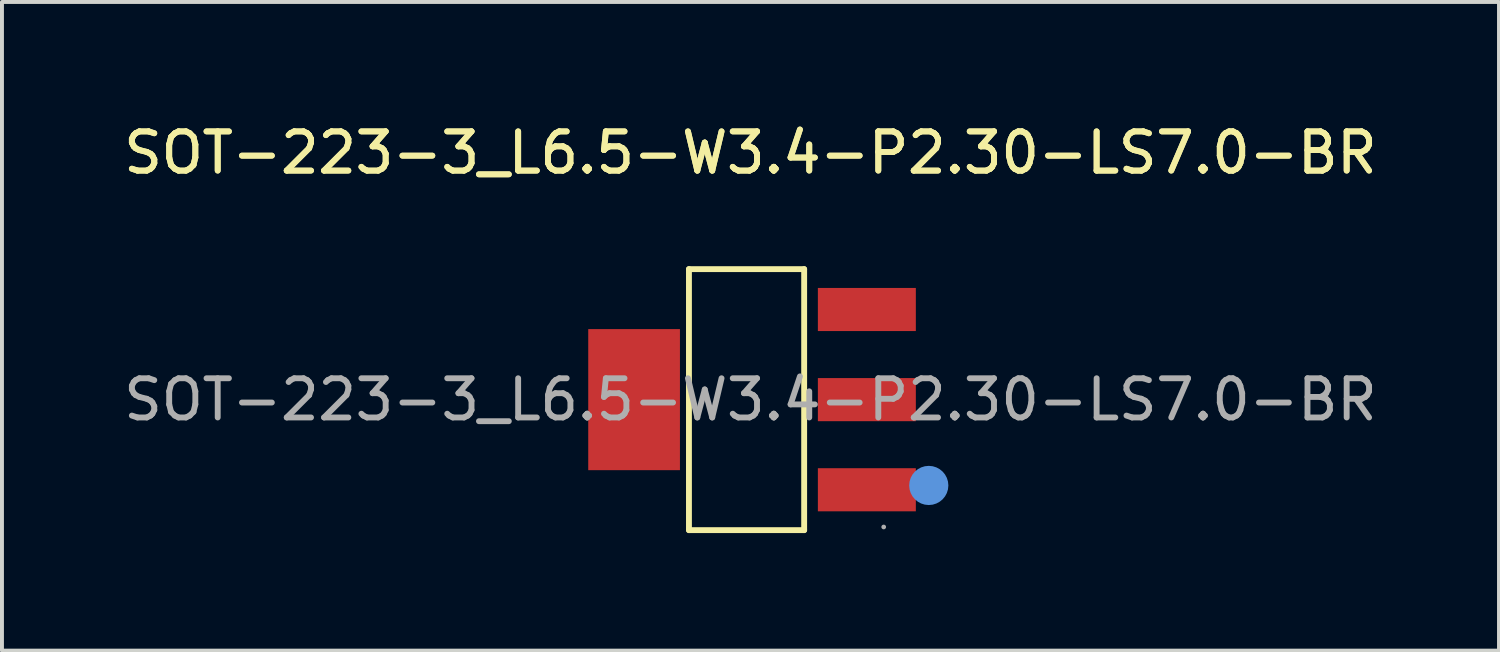
<source format=kicad_pcb>
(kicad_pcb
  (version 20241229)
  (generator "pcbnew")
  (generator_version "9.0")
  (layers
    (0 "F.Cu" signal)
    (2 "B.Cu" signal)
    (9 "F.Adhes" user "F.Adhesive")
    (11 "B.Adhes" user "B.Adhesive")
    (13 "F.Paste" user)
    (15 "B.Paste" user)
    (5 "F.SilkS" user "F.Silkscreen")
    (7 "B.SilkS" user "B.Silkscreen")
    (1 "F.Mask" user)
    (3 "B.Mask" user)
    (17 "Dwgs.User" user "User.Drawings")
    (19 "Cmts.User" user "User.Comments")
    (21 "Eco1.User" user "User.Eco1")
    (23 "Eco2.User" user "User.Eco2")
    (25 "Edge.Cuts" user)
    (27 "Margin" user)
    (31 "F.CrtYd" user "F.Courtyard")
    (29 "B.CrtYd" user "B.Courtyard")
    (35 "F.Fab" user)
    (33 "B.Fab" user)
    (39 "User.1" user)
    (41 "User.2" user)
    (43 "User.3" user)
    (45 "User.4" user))
  (footprint "SOT-223-3_L6.5-W3.4-P2.30-LS7.0-BR"
    (layer "F.Cu")
    (at 16.101 7.148)
    (property "Reference" "SOT-223-3_L6.5-W3.4-P2.30-LS7.0-BR" (at 0 -6.3 0) (layer "F.SilkS") (effects (font (size 1 1) (thickness 0.15))))
    (attr smd)
    (fp_line (start -1.57 -3.33) (end 1.37 -3.33) (stroke (width 0.15) (type solid)) (layer "F.SilkS"))
    (fp_line (start -1.57 3.33) (end -1.57 -3.33) (stroke (width 0.15) (type solid)) (layer "F.SilkS"))
    (fp_line (start 1.37 -3.33) (end 1.37 3.33) (stroke (width 0.15) (type solid)) (layer "F.SilkS"))
    (fp_line (start 1.37 3.33) (end -1.57 3.33) (stroke (width 0.15) (type solid)) (layer "F.SilkS"))
    (fp_circle (center 4.55 2.19) (end 4.8 2.19) (stroke (width 0.5) (type solid)) (fill no) (layer "Cmts.User"))
    (fp_circle (center 3.4 3.25) (end 3.43 3.25) (stroke (width 0.06) (type solid)) (fill no) (layer "F.Fab"))
    (fp_text user "${REFERENCE}" (at 0 -6.3 0) (layer "F.SilkS") (effects (font (size 1 1) (thickness 0.15))))
    (fp_text user "${REFERENCE}" (at 0 0 0) (layer "F.Fab") (effects (font (size 1 1) (thickness 0.15))))
    (pad "1" smd rect (at 2.97 2.3) (size 2.5 1.1) (layers "F.Cu" "F.Mask" "F.Paste"))
    (pad "2" smd rect (at 2.97 0) (size 2.5 1.1) (layers "F.Cu" "F.Mask" "F.Paste"))
    (pad "3" smd rect (at 2.97 -2.3) (size 2.5 1.1) (layers "F.Cu" "F.Mask" "F.Paste"))
    (pad "4" smd rect (at -2.97 0) (size 2.34 3.6) (layers "F.Cu" "F.Mask" "F.Paste")))
  (gr_rect
    (start -3 -3)
    (end 35.202 13.553)
    (stroke (width 0.1) (type default))
    (fill no)
    (layer "Edge.Cuts")))
</source>
